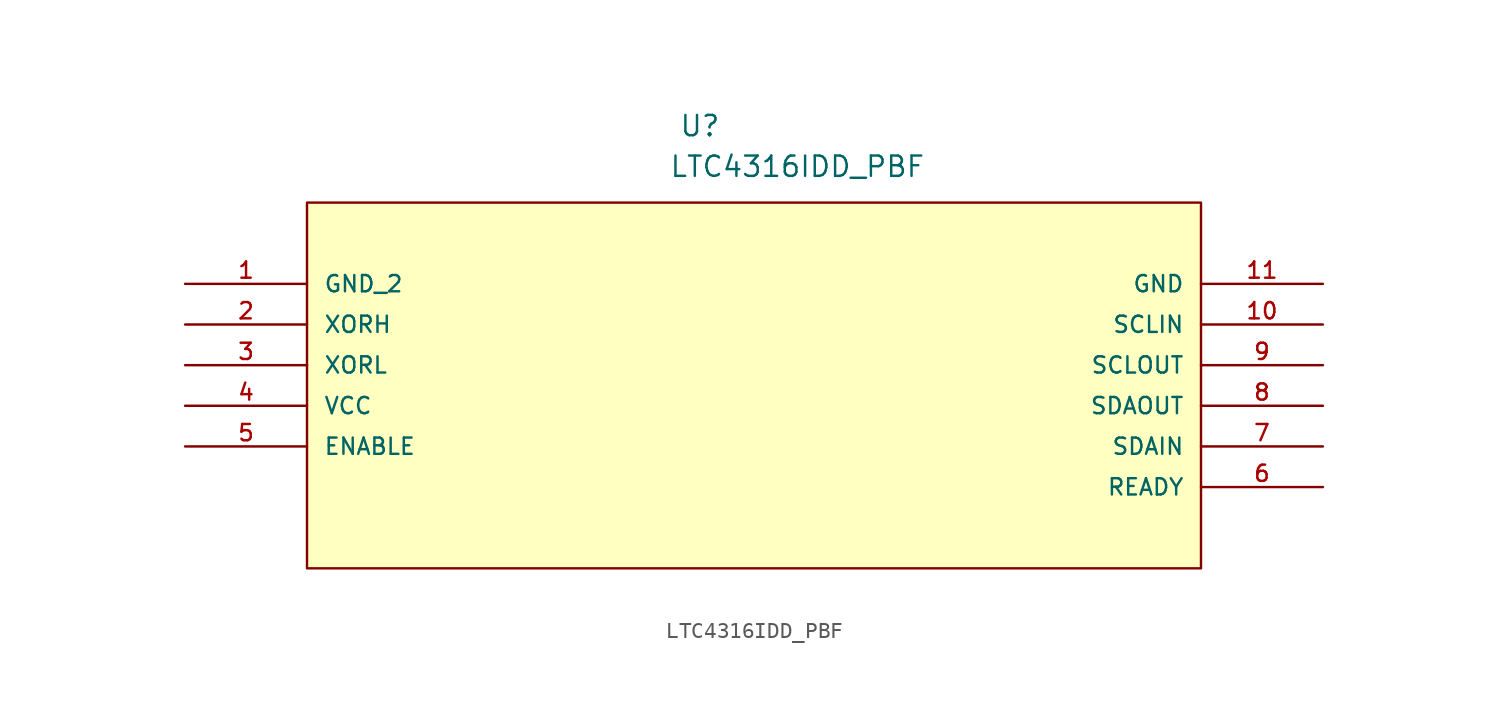
<source format=kicad_sym>
(kicad_symbol_lib
  (version 20211014)
  (generator kicad_symbol_editor)
  (symbol "LTC4316IDD_PBF"
    (pin_names
      (offset 1.016))
    (property "Reference" "U"
      (at 30.869 9.129 0.0)
      (effects (font (size 1.27 1.27)) (justify bottom left)))
    (property "Value" "LTC4316IDD_PBF"
      (at 30.248 6.589 0.0)
      (effects (font (size 1.27 1.27)) (justify bottom left)))
    (symbol "LTC4316IDD_PBF_0_0"
      (rectangle (start 7.62 -17.78) (end 63.5 5.08) (stroke (width 0.152)) (fill (type background)))
      (pin power_in line (at 0.0 0.0 0) (length 7.62) (name "GND_2" (effects (font (size 1.016 1.016)))) (number "1" (effects (font (size 1.016 1.016)))))
      (pin input line (at 0.0 -2.54 0) (length 7.62) (name "XORH" (effects (font (size 1.016 1.016)))) (number "2" (effects (font (size 1.016 1.016)))))
      (pin input line (at 0.0 -5.08 0) (length 7.62) (name "XORL" (effects (font (size 1.016 1.016)))) (number "3" (effects (font (size 1.016 1.016)))))
      (pin power_in line (at 0.0 -7.62 0) (length 7.62) (name "VCC" (effects (font (size 1.016 1.016)))) (number "4" (effects (font (size 1.016 1.016)))))
      (pin input line (at 0.0 -10.16 0) (length 7.62) (name "ENABLE" (effects (font (size 1.016 1.016)))) (number "5" (effects (font (size 1.016 1.016)))))
      (pin output line (at 71.12 -12.7 180.0) (length 7.62) (name "READY" (effects (font (size 1.016 1.016)))) (number "6" (effects (font (size 1.016 1.016)))))
      (pin bidirectional line (at 71.12 -10.16 180.0) (length 7.62) (name "SDAIN" (effects (font (size 1.016 1.016)))) (number "7" (effects (font (size 1.016 1.016)))))
      (pin bidirectional line (at 71.12 -7.62 180.0) (length 7.62) (name "SDAOUT" (effects (font (size 1.016 1.016)))) (number "8" (effects (font (size 1.016 1.016)))))
      (pin bidirectional line (at 71.12 -5.08 180.0) (length 7.62) (name "SCLOUT" (effects (font (size 1.016 1.016)))) (number "9" (effects (font (size 1.016 1.016)))))
      (pin bidirectional line (at 71.12 -2.54 180.0) (length 7.62) (name "SCLIN" (effects (font (size 1.016 1.016)))) (number "10" (effects (font (size 1.016 1.016)))))
      (pin power_in line (at 71.12 0.0 180.0) (length 7.62) (name "GND" (effects (font (size 1.016 1.016)))) (number "11" (effects (font (size 1.016 1.016))))))))
</source>
